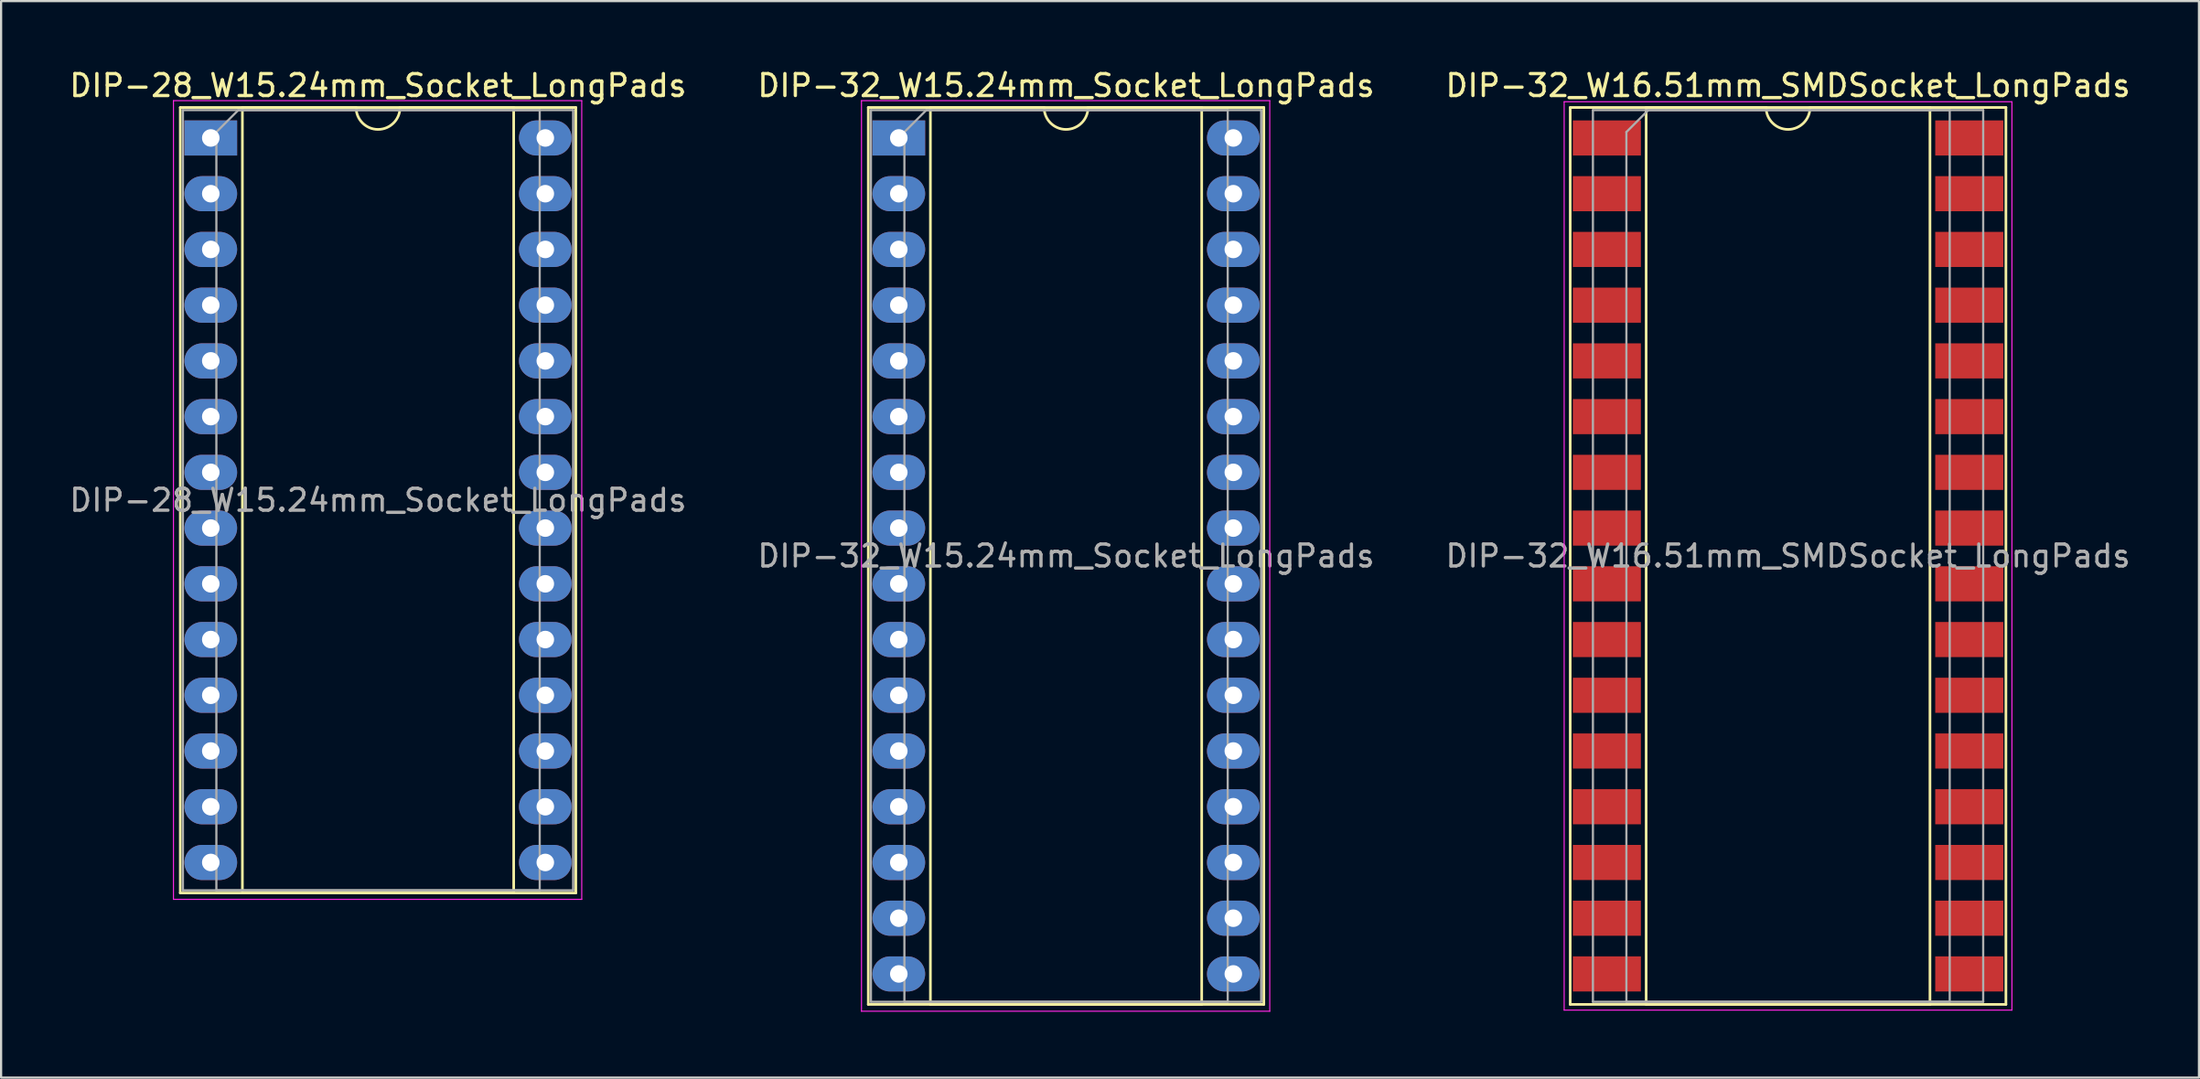
<source format=kicad_pcb>
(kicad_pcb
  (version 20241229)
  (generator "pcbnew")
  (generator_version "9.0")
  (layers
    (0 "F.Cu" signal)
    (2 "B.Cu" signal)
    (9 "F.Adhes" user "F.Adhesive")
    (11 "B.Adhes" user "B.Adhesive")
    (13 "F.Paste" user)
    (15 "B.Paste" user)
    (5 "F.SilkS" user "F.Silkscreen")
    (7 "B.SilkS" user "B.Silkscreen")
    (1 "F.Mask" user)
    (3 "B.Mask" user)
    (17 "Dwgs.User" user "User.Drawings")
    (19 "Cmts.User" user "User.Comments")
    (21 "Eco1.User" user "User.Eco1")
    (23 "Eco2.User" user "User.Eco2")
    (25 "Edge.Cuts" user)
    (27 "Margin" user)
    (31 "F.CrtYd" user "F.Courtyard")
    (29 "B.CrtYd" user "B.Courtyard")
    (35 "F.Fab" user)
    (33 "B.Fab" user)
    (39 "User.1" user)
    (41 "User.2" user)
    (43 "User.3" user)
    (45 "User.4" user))
  (footprint "DIP-32_W16.51mm_SMDSocket_LongPads"
    (layer "F.Cu")
    (at 78.411 22.288)
    (property "Reference" "DIP-32_W16.51mm_SMDSocket_LongPads" (at 0 -21.44 0) (layer "F.SilkS") (effects (font (size 1 1) (thickness 0.15))))
    (attr smd)
    (fp_line (start -9.925 -20.44) (end -9.925 20.44) (stroke (width 0.12) (type solid)) (layer "F.SilkS"))
    (fp_line (start -9.925 20.44) (end 9.925 20.44) (stroke (width 0.12) (type solid)) (layer "F.SilkS"))
    (fp_line (start -6.465 -20.44) (end -6.465 20.44) (stroke (width 0.12) (type solid)) (layer "F.SilkS"))
    (fp_line (start -6.465 20.44) (end 6.465 20.44) (stroke (width 0.12) (type solid)) (layer "F.SilkS"))
    (fp_line (start -1 -20.44) (end -6.465 -20.44) (stroke (width 0.12) (type solid)) (layer "F.SilkS"))
    (fp_line (start 6.465 -20.44) (end 1 -20.44) (stroke (width 0.12) (type solid)) (layer "F.SilkS"))
    (fp_line (start 6.465 20.44) (end 6.465 -20.44) (stroke (width 0.12) (type solid)) (layer "F.SilkS"))
    (fp_line (start 9.925 -20.44) (end -9.925 -20.44) (stroke (width 0.12) (type solid)) (layer "F.SilkS"))
    (fp_line (start 9.925 20.44) (end 9.925 -20.44) (stroke (width 0.12) (type solid)) (layer "F.SilkS"))
    (fp_arc (start 1 -20.44) (mid 0 -19.44) (end -1 -20.44) (stroke (width 0.12) (type solid)) (layer "F.SilkS"))
    (fp_line (start -10.2 -20.7) (end -10.2 20.7) (stroke (width 0.05) (type solid)) (layer "F.CrtYd"))
    (fp_line (start -10.2 20.7) (end 10.2 20.7) (stroke (width 0.05) (type solid)) (layer "F.CrtYd"))
    (fp_line (start 10.2 -20.7) (end -10.2 -20.7) (stroke (width 0.05) (type solid)) (layer "F.CrtYd"))
    (fp_line (start 10.2 20.7) (end 10.2 -20.7) (stroke (width 0.05) (type solid)) (layer "F.CrtYd"))
    (fp_line (start -8.89 -20.32) (end -8.89 20.32) (stroke (width 0.1) (type solid)) (layer "F.Fab"))
    (fp_line (start -8.89 20.32) (end 8.89 20.32) (stroke (width 0.1) (type solid)) (layer "F.Fab"))
    (fp_line (start -7.365 -19.32) (end -6.365 -20.32) (stroke (width 0.1) (type solid)) (layer "F.Fab"))
    (fp_line (start -7.365 20.32) (end -7.365 -19.32) (stroke (width 0.1) (type solid)) (layer "F.Fab"))
    (fp_line (start -6.365 -20.32) (end 7.365 -20.32) (stroke (width 0.1) (type solid)) (layer "F.Fab"))
    (fp_line (start 7.365 -20.32) (end 7.365 20.32) (stroke (width 0.1) (type solid)) (layer "F.Fab"))
    (fp_line (start 7.365 20.32) (end -7.365 20.32) (stroke (width 0.1) (type solid)) (layer "F.Fab"))
    (fp_line (start 8.89 -20.32) (end -8.89 -20.32) (stroke (width 0.1) (type solid)) (layer "F.Fab"))
    (fp_line (start 8.89 20.32) (end 8.89 -20.32) (stroke (width 0.1) (type solid)) (layer "F.Fab"))
    (fp_text user "${REFERENCE}" (at 0 0 0) (layer "F.Fab") (effects (font (size 1 1) (thickness 0.15))))
    (pad "1" smd rect (at -8.255 -19.05) (size 3.1 1.6) (layers "F.Cu" "F.Mask" "F.Paste"))
    (pad "2" smd rect (at -8.255 -16.51) (size 3.1 1.6) (layers "F.Cu" "F.Mask" "F.Paste"))
    (pad "3" smd rect (at -8.255 -13.97) (size 3.1 1.6) (layers "F.Cu" "F.Mask" "F.Paste"))
    (pad "4" smd rect (at -8.255 -11.43) (size 3.1 1.6) (layers "F.Cu" "F.Mask" "F.Paste"))
    (pad "5" smd rect (at -8.255 -8.89) (size 3.1 1.6) (layers "F.Cu" "F.Mask" "F.Paste"))
    (pad "6" smd rect (at -8.255 -6.35) (size 3.1 1.6) (layers "F.Cu" "F.Mask" "F.Paste"))
    (pad "7" smd rect (at -8.255 -3.81) (size 3.1 1.6) (layers "F.Cu" "F.Mask" "F.Paste"))
    (pad "8" smd rect (at -8.255 -1.27) (size 3.1 1.6) (layers "F.Cu" "F.Mask" "F.Paste"))
    (pad "9" smd rect (at -8.255 1.27) (size 3.1 1.6) (layers "F.Cu" "F.Mask" "F.Paste"))
    (pad "10" smd rect (at -8.255 3.81) (size 3.1 1.6) (layers "F.Cu" "F.Mask" "F.Paste"))
    (pad "11" smd rect (at -8.255 6.35) (size 3.1 1.6) (layers "F.Cu" "F.Mask" "F.Paste"))
    (pad "12" smd rect (at -8.255 8.89) (size 3.1 1.6) (layers "F.Cu" "F.Mask" "F.Paste"))
    (pad "13" smd rect (at -8.255 11.43) (size 3.1 1.6) (layers "F.Cu" "F.Mask" "F.Paste"))
    (pad "14" smd rect (at -8.255 13.97) (size 3.1 1.6) (layers "F.Cu" "F.Mask" "F.Paste"))
    (pad "15" smd rect (at -8.255 16.51) (size 3.1 1.6) (layers "F.Cu" "F.Mask" "F.Paste"))
    (pad "16" smd rect (at -8.255 19.05) (size 3.1 1.6) (layers "F.Cu" "F.Mask" "F.Paste"))
    (pad "17" smd rect (at 8.255 19.05) (size 3.1 1.6) (layers "F.Cu" "F.Mask" "F.Paste"))
    (pad "18" smd rect (at 8.255 16.51) (size 3.1 1.6) (layers "F.Cu" "F.Mask" "F.Paste"))
    (pad "19" smd rect (at 8.255 13.97) (size 3.1 1.6) (layers "F.Cu" "F.Mask" "F.Paste"))
    (pad "20" smd rect (at 8.255 11.43) (size 3.1 1.6) (layers "F.Cu" "F.Mask" "F.Paste"))
    (pad "21" smd rect (at 8.255 8.89) (size 3.1 1.6) (layers "F.Cu" "F.Mask" "F.Paste"))
    (pad "22" smd rect (at 8.255 6.35) (size 3.1 1.6) (layers "F.Cu" "F.Mask" "F.Paste"))
    (pad "23" smd rect (at 8.255 3.81) (size 3.1 1.6) (layers "F.Cu" "F.Mask" "F.Paste"))
    (pad "24" smd rect (at 8.255 1.27) (size 3.1 1.6) (layers "F.Cu" "F.Mask" "F.Paste"))
    (pad "25" smd rect (at 8.255 -1.27) (size 3.1 1.6) (layers "F.Cu" "F.Mask" "F.Paste"))
    (pad "26" smd rect (at 8.255 -3.81) (size 3.1 1.6) (layers "F.Cu" "F.Mask" "F.Paste"))
    (pad "27" smd rect (at 8.255 -6.35) (size 3.1 1.6) (layers "F.Cu" "F.Mask" "F.Paste"))
    (pad "28" smd rect (at 8.255 -8.89) (size 3.1 1.6) (layers "F.Cu" "F.Mask" "F.Paste"))
    (pad "29" smd rect (at 8.255 -11.43) (size 3.1 1.6) (layers "F.Cu" "F.Mask" "F.Paste"))
    (pad "30" smd rect (at 8.255 -13.97) (size 3.1 1.6) (layers "F.Cu" "F.Mask" "F.Paste"))
    (pad "31" smd rect (at 8.255 -16.51) (size 3.1 1.6) (layers "F.Cu" "F.Mask" "F.Paste"))
    (pad "32" smd rect (at 8.255 -19.05) (size 3.1 1.6) (layers "F.Cu" "F.Mask" "F.Paste")))
  (footprint "DIP-28_W15.24mm_Socket_LongPads"
    (layer "F.Cu")
    (at 6.553 3.238)
    (property "Reference" "DIP-28_W15.24mm_Socket_LongPads" (at 7.62 -2.39 0) (layer "F.SilkS") (effects (font (size 1 1) (thickness 0.15))))
    (attr through_hole)
    (fp_line (start -1.39 -1.39) (end -1.39 34.41) (stroke (width 0.12) (type solid)) (layer "F.SilkS"))
    (fp_line (start -1.39 34.41) (end 16.63 34.41) (stroke (width 0.12) (type solid)) (layer "F.SilkS"))
    (fp_line (start 1.44 -1.39) (end 1.44 34.41) (stroke (width 0.12) (type solid)) (layer "F.SilkS"))
    (fp_line (start 1.44 34.41) (end 13.8 34.41) (stroke (width 0.12) (type solid)) (layer "F.SilkS"))
    (fp_line (start 6.62 -1.39) (end 1.44 -1.39) (stroke (width 0.12) (type solid)) (layer "F.SilkS"))
    (fp_line (start 13.8 -1.39) (end 8.62 -1.39) (stroke (width 0.12) (type solid)) (layer "F.SilkS"))
    (fp_line (start 13.8 34.41) (end 13.8 -1.39) (stroke (width 0.12) (type solid)) (layer "F.SilkS"))
    (fp_line (start 16.63 -1.39) (end -1.39 -1.39) (stroke (width 0.12) (type solid)) (layer "F.SilkS"))
    (fp_line (start 16.63 34.41) (end 16.63 -1.39) (stroke (width 0.12) (type solid)) (layer "F.SilkS"))
    (fp_arc (start 8.62 -1.39) (mid 7.62 -0.39) (end 6.62 -1.39) (stroke (width 0.12) (type solid)) (layer "F.SilkS"))
    (fp_line (start -1.7 -1.7) (end -1.7 34.7) (stroke (width 0.05) (type solid)) (layer "F.CrtYd"))
    (fp_line (start -1.7 34.7) (end 16.9 34.7) (stroke (width 0.05) (type solid)) (layer "F.CrtYd"))
    (fp_line (start 16.9 -1.7) (end -1.7 -1.7) (stroke (width 0.05) (type solid)) (layer "F.CrtYd"))
    (fp_line (start 16.9 34.7) (end 16.9 -1.7) (stroke (width 0.05) (type solid)) (layer "F.CrtYd"))
    (fp_line (start -1.27 -1.27) (end -1.27 34.29) (stroke (width 0.1) (type solid)) (layer "F.Fab"))
    (fp_line (start -1.27 34.29) (end 16.51 34.29) (stroke (width 0.1) (type solid)) (layer "F.Fab"))
    (fp_line (start 0.255 -0.27) (end 1.255 -1.27) (stroke (width 0.1) (type solid)) (layer "F.Fab"))
    (fp_line (start 0.255 34.29) (end 0.255 -0.27) (stroke (width 0.1) (type solid)) (layer "F.Fab"))
    (fp_line (start 1.255 -1.27) (end 14.985 -1.27) (stroke (width 0.1) (type solid)) (layer "F.Fab"))
    (fp_line (start 14.985 -1.27) (end 14.985 34.29) (stroke (width 0.1) (type solid)) (layer "F.Fab"))
    (fp_line (start 14.985 34.29) (end 0.255 34.29) (stroke (width 0.1) (type solid)) (layer "F.Fab"))
    (fp_line (start 16.51 -1.27) (end -1.27 -1.27) (stroke (width 0.1) (type solid)) (layer "F.Fab"))
    (fp_line (start 16.51 34.29) (end 16.51 -1.27) (stroke (width 0.1) (type solid)) (layer "F.Fab"))
    (fp_text user "${REFERENCE}" (at 7.62 16.51 0) (layer "F.Fab") (effects (font (size 1 1) (thickness 0.15))))
    (pad "1" thru_hole rect (at 0 0) (size 2.4 1.6) (drill 0.8) (layers "*.Cu" "*.Mask"))
    (pad "2" thru_hole oval (at 0 2.54) (size 2.4 1.6) (drill 0.8) (layers "*.Cu" "*.Mask"))
    (pad "3" thru_hole oval (at 0 5.08) (size 2.4 1.6) (drill 0.8) (layers "*.Cu" "*.Mask"))
    (pad "4" thru_hole oval (at 0 7.62) (size 2.4 1.6) (drill 0.8) (layers "*.Cu" "*.Mask"))
    (pad "5" thru_hole oval (at 0 10.16) (size 2.4 1.6) (drill 0.8) (layers "*.Cu" "*.Mask"))
    (pad "6" thru_hole oval (at 0 12.7) (size 2.4 1.6) (drill 0.8) (layers "*.Cu" "*.Mask"))
    (pad "7" thru_hole oval (at 0 15.24) (size 2.4 1.6) (drill 0.8) (layers "*.Cu" "*.Mask"))
    (pad "8" thru_hole oval (at 0 17.78) (size 2.4 1.6) (drill 0.8) (layers "*.Cu" "*.Mask"))
    (pad "9" thru_hole oval (at 0 20.32) (size 2.4 1.6) (drill 0.8) (layers "*.Cu" "*.Mask"))
    (pad "10" thru_hole oval (at 0 22.86) (size 2.4 1.6) (drill 0.8) (layers "*.Cu" "*.Mask"))
    (pad "11" thru_hole oval (at 0 25.4) (size 2.4 1.6) (drill 0.8) (layers "*.Cu" "*.Mask"))
    (pad "12" thru_hole oval (at 0 27.94) (size 2.4 1.6) (drill 0.8) (layers "*.Cu" "*.Mask"))
    (pad "13" thru_hole oval (at 0 30.48) (size 2.4 1.6) (drill 0.8) (layers "*.Cu" "*.Mask"))
    (pad "14" thru_hole oval (at 0 33.02) (size 2.4 1.6) (drill 0.8) (layers "*.Cu" "*.Mask"))
    (pad "15" thru_hole oval (at 15.24 33.02) (size 2.4 1.6) (drill 0.8) (layers "*.Cu" "*.Mask"))
    (pad "16" thru_hole oval (at 15.24 30.48) (size 2.4 1.6) (drill 0.8) (layers "*.Cu" "*.Mask"))
    (pad "17" thru_hole oval (at 15.24 27.94) (size 2.4 1.6) (drill 0.8) (layers "*.Cu" "*.Mask"))
    (pad "18" thru_hole oval (at 15.24 25.4) (size 2.4 1.6) (drill 0.8) (layers "*.Cu" "*.Mask"))
    (pad "19" thru_hole oval (at 15.24 22.86) (size 2.4 1.6) (drill 0.8) (layers "*.Cu" "*.Mask"))
    (pad "20" thru_hole oval (at 15.24 20.32) (size 2.4 1.6) (drill 0.8) (layers "*.Cu" "*.Mask"))
    (pad "21" thru_hole oval (at 15.24 17.78) (size 2.4 1.6) (drill 0.8) (layers "*.Cu" "*.Mask"))
    (pad "22" thru_hole oval (at 15.24 15.24) (size 2.4 1.6) (drill 0.8) (layers "*.Cu" "*.Mask"))
    (pad "23" thru_hole oval (at 15.24 12.7) (size 2.4 1.6) (drill 0.8) (layers "*.Cu" "*.Mask"))
    (pad "24" thru_hole oval (at 15.24 10.16) (size 2.4 1.6) (drill 0.8) (layers "*.Cu" "*.Mask"))
    (pad "25" thru_hole oval (at 15.24 7.62) (size 2.4 1.6) (drill 0.8) (layers "*.Cu" "*.Mask"))
    (pad "26" thru_hole oval (at 15.24 5.08) (size 2.4 1.6) (drill 0.8) (layers "*.Cu" "*.Mask"))
    (pad "27" thru_hole oval (at 15.24 2.54) (size 2.4 1.6) (drill 0.8) (layers "*.Cu" "*.Mask"))
    (pad "28" thru_hole oval (at 15.24 0) (size 2.4 1.6) (drill 0.8) (layers "*.Cu" "*.Mask")))
  (footprint "DIP-32_W15.24mm_Socket_LongPads"
    (layer "F.Cu")
    (at 37.898 3.238)
    (property "Reference" "DIP-32_W15.24mm_Socket_LongPads" (at 7.62 -2.39 0) (layer "F.SilkS") (effects (font (size 1 1) (thickness 0.15))))
    (attr through_hole)
    (fp_line (start -1.39 -1.39) (end -1.39 39.49) (stroke (width 0.12) (type solid)) (layer "F.SilkS"))
    (fp_line (start -1.39 39.49) (end 16.63 39.49) (stroke (width 0.12) (type solid)) (layer "F.SilkS"))
    (fp_line (start 1.44 -1.39) (end 1.44 39.49) (stroke (width 0.12) (type solid)) (layer "F.SilkS"))
    (fp_line (start 1.44 39.49) (end 13.8 39.49) (stroke (width 0.12) (type solid)) (layer "F.SilkS"))
    (fp_line (start 6.62 -1.39) (end 1.44 -1.39) (stroke (width 0.12) (type solid)) (layer "F.SilkS"))
    (fp_line (start 13.8 -1.39) (end 8.62 -1.39) (stroke (width 0.12) (type solid)) (layer "F.SilkS"))
    (fp_line (start 13.8 39.49) (end 13.8 -1.39) (stroke (width 0.12) (type solid)) (layer "F.SilkS"))
    (fp_line (start 16.63 -1.39) (end -1.39 -1.39) (stroke (width 0.12) (type solid)) (layer "F.SilkS"))
    (fp_line (start 16.63 39.49) (end 16.63 -1.39) (stroke (width 0.12) (type solid)) (layer "F.SilkS"))
    (fp_arc (start 8.62 -1.39) (mid 7.62 -0.39) (end 6.62 -1.39) (stroke (width 0.12) (type solid)) (layer "F.SilkS"))
    (fp_line (start -1.7 -1.7) (end -1.7 39.8) (stroke (width 0.05) (type solid)) (layer "F.CrtYd"))
    (fp_line (start -1.7 39.8) (end 16.9 39.8) (stroke (width 0.05) (type solid)) (layer "F.CrtYd"))
    (fp_line (start 16.9 -1.7) (end -1.7 -1.7) (stroke (width 0.05) (type solid)) (layer "F.CrtYd"))
    (fp_line (start 16.9 39.8) (end 16.9 -1.7) (stroke (width 0.05) (type solid)) (layer "F.CrtYd"))
    (fp_line (start -1.27 -1.27) (end -1.27 39.37) (stroke (width 0.1) (type solid)) (layer "F.Fab"))
    (fp_line (start -1.27 39.37) (end 16.51 39.37) (stroke (width 0.1) (type solid)) (layer "F.Fab"))
    (fp_line (start 0.255 -0.27) (end 1.255 -1.27) (stroke (width 0.1) (type solid)) (layer "F.Fab"))
    (fp_line (start 0.255 39.37) (end 0.255 -0.27) (stroke (width 0.1) (type solid)) (layer "F.Fab"))
    (fp_line (start 1.255 -1.27) (end 14.985 -1.27) (stroke (width 0.1) (type solid)) (layer "F.Fab"))
    (fp_line (start 14.985 -1.27) (end 14.985 39.37) (stroke (width 0.1) (type solid)) (layer "F.Fab"))
    (fp_line (start 14.985 39.37) (end 0.255 39.37) (stroke (width 0.1) (type solid)) (layer "F.Fab"))
    (fp_line (start 16.51 -1.27) (end -1.27 -1.27) (stroke (width 0.1) (type solid)) (layer "F.Fab"))
    (fp_line (start 16.51 39.37) (end 16.51 -1.27) (stroke (width 0.1) (type solid)) (layer "F.Fab"))
    (fp_text user "${REFERENCE}" (at 7.62 19.05 0) (layer "F.Fab") (effects (font (size 1 1) (thickness 0.15))))
    (pad "1" thru_hole rect (at 0 0) (size 2.4 1.6) (drill 0.8) (layers "*.Cu" "*.Mask"))
    (pad "2" thru_hole oval (at 0 2.54) (size 2.4 1.6) (drill 0.8) (layers "*.Cu" "*.Mask"))
    (pad "3" thru_hole oval (at 0 5.08) (size 2.4 1.6) (drill 0.8) (layers "*.Cu" "*.Mask"))
    (pad "4" thru_hole oval (at 0 7.62) (size 2.4 1.6) (drill 0.8) (layers "*.Cu" "*.Mask"))
    (pad "5" thru_hole oval (at 0 10.16) (size 2.4 1.6) (drill 0.8) (layers "*.Cu" "*.Mask"))
    (pad "6" thru_hole oval (at 0 12.7) (size 2.4 1.6) (drill 0.8) (layers "*.Cu" "*.Mask"))
    (pad "7" thru_hole oval (at 0 15.24) (size 2.4 1.6) (drill 0.8) (layers "*.Cu" "*.Mask"))
    (pad "8" thru_hole oval (at 0 17.78) (size 2.4 1.6) (drill 0.8) (layers "*.Cu" "*.Mask"))
    (pad "9" thru_hole oval (at 0 20.32) (size 2.4 1.6) (drill 0.8) (layers "*.Cu" "*.Mask"))
    (pad "10" thru_hole oval (at 0 22.86) (size 2.4 1.6) (drill 0.8) (layers "*.Cu" "*.Mask"))
    (pad "11" thru_hole oval (at 0 25.4) (size 2.4 1.6) (drill 0.8) (layers "*.Cu" "*.Mask"))
    (pad "12" thru_hole oval (at 0 27.94) (size 2.4 1.6) (drill 0.8) (layers "*.Cu" "*.Mask"))
    (pad "13" thru_hole oval (at 0 30.48) (size 2.4 1.6) (drill 0.8) (layers "*.Cu" "*.Mask"))
    (pad "14" thru_hole oval (at 0 33.02) (size 2.4 1.6) (drill 0.8) (layers "*.Cu" "*.Mask"))
    (pad "15" thru_hole oval (at 0 35.56) (size 2.4 1.6) (drill 0.8) (layers "*.Cu" "*.Mask"))
    (pad "16" thru_hole oval (at 0 38.1) (size 2.4 1.6) (drill 0.8) (layers "*.Cu" "*.Mask"))
    (pad "17" thru_hole oval (at 15.24 38.1) (size 2.4 1.6) (drill 0.8) (layers "*.Cu" "*.Mask"))
    (pad "18" thru_hole oval (at 15.24 35.56) (size 2.4 1.6) (drill 0.8) (layers "*.Cu" "*.Mask"))
    (pad "19" thru_hole oval (at 15.24 33.02) (size 2.4 1.6) (drill 0.8) (layers "*.Cu" "*.Mask"))
    (pad "20" thru_hole oval (at 15.24 30.48) (size 2.4 1.6) (drill 0.8) (layers "*.Cu" "*.Mask"))
    (pad "21" thru_hole oval (at 15.24 27.94) (size 2.4 1.6) (drill 0.8) (layers "*.Cu" "*.Mask"))
    (pad "22" thru_hole oval (at 15.24 25.4) (size 2.4 1.6) (drill 0.8) (layers "*.Cu" "*.Mask"))
    (pad "23" thru_hole oval (at 15.24 22.86) (size 2.4 1.6) (drill 0.8) (layers "*.Cu" "*.Mask"))
    (pad "24" thru_hole oval (at 15.24 20.32) (size 2.4 1.6) (drill 0.8) (layers "*.Cu" "*.Mask"))
    (pad "25" thru_hole oval (at 15.24 17.78) (size 2.4 1.6) (drill 0.8) (layers "*.Cu" "*.Mask"))
    (pad "26" thru_hole oval (at 15.24 15.24) (size 2.4 1.6) (drill 0.8) (layers "*.Cu" "*.Mask"))
    (pad "27" thru_hole oval (at 15.24 12.7) (size 2.4 1.6) (drill 0.8) (layers "*.Cu" "*.Mask"))
    (pad "28" thru_hole oval (at 15.24 10.16) (size 2.4 1.6) (drill 0.8) (layers "*.Cu" "*.Mask"))
    (pad "29" thru_hole oval (at 15.24 7.62) (size 2.4 1.6) (drill 0.8) (layers "*.Cu" "*.Mask"))
    (pad "30" thru_hole oval (at 15.24 5.08) (size 2.4 1.6) (drill 0.8) (layers "*.Cu" "*.Mask"))
    (pad "31" thru_hole oval (at 15.24 2.54) (size 2.4 1.6) (drill 0.8) (layers "*.Cu" "*.Mask"))
    (pad "32" thru_hole oval (at 15.24 0) (size 2.4 1.6) (drill 0.8) (layers "*.Cu" "*.Mask")))
  (gr_rect
    (start -3 -3)
    (end 97.131 46.063)
    (stroke (width 0.1) (type default))
    (fill no)
    (layer "Edge.Cuts")))
</source>
